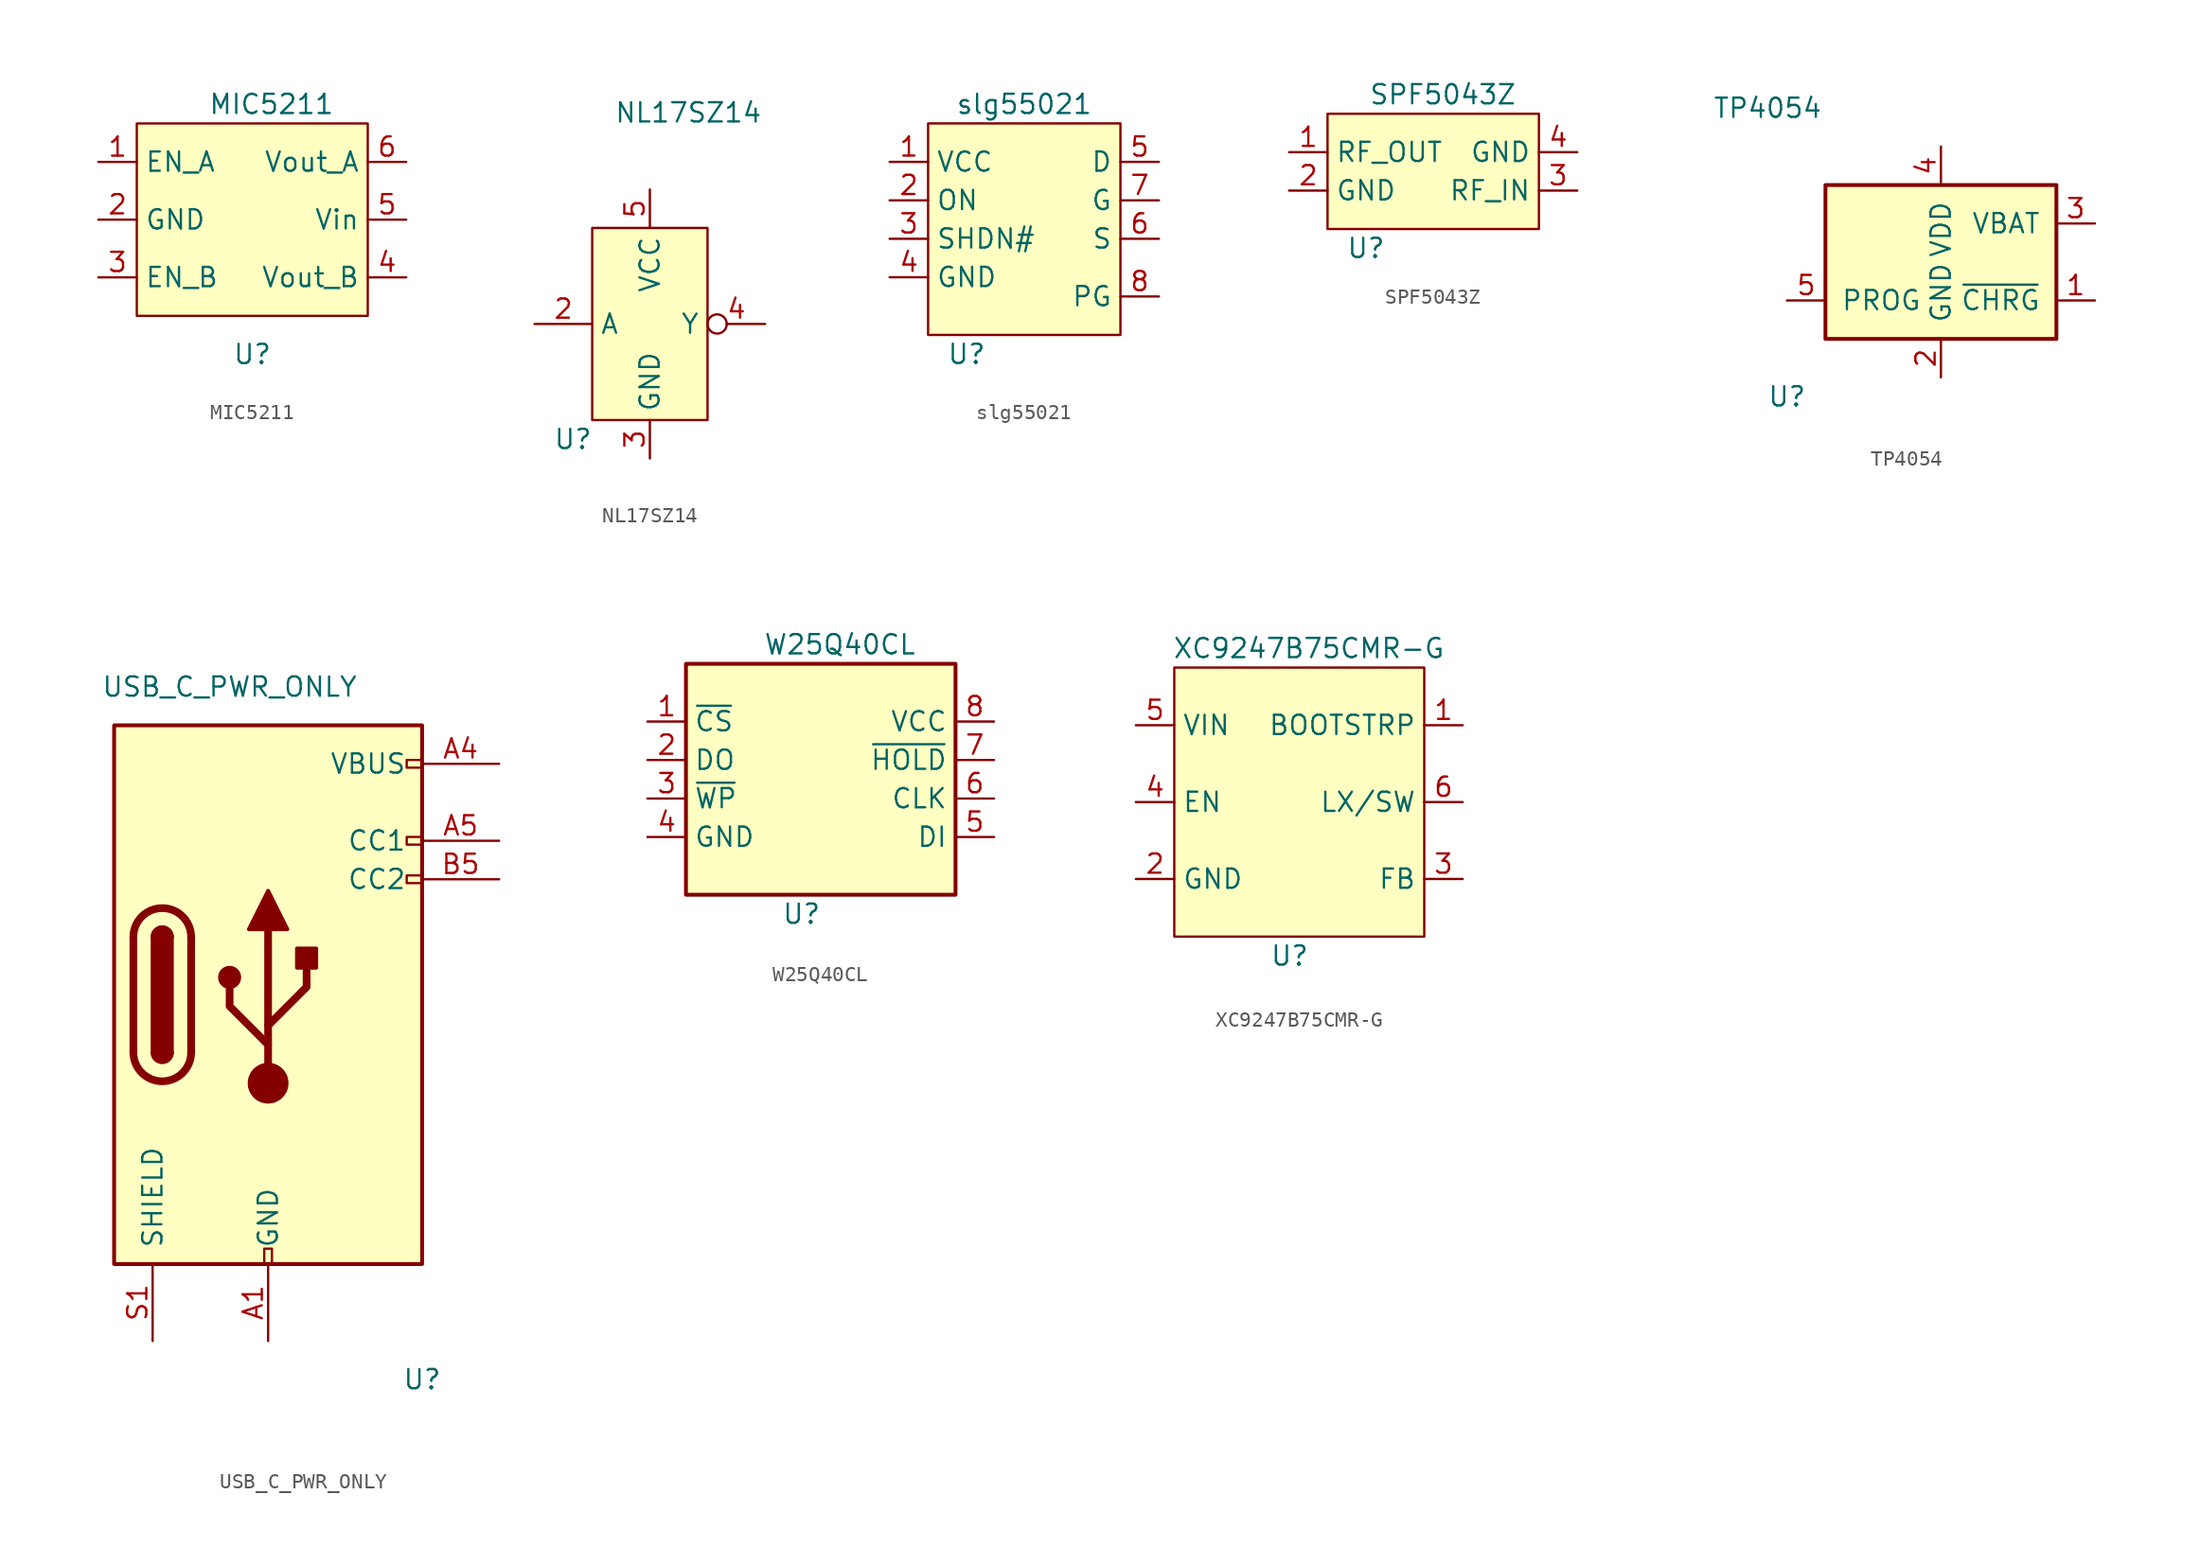
<source format=kicad_sym>
(kicad_symbol_lib
  (version 20211014)
  (generator kicad_symbol_editor)
  (symbol "MIC5211"
    (property "Reference" "U"
      (at -1.27 -8.89 0)
      (effects (font (size 1.27 1.27))))
    (property "Value" "MIC5211"
      (at 0 7.62 0)
      (effects (font (size 1.27 1.27))))
    (symbol "MIC5211_0_1"
      (rectangle (start -8.89 6.35) (end 6.35 -6.35) (stroke (width 0.152) (type default) (color 0 0 0 0)) (fill (type background))))
    (symbol "MIC5211_1_1"
      (pin input line (at -11.43 3.81 0) (length 2.54) (name "EN_A" (effects (font (size 1.27 1.27)))) (number "1" (effects (font (size 1.27 1.27)))))
      (pin input line (at -11.43 0 0) (length 2.54) (name "GND" (effects (font (size 1.27 1.27)))) (number "2" (effects (font (size 1.27 1.27)))))
      (pin input line (at -11.43 -3.81 0) (length 2.54) (name "EN_B" (effects (font (size 1.27 1.27)))) (number "3" (effects (font (size 1.27 1.27)))))
      (pin input line (at 8.89 -3.81 180) (length 2.54) (name "Vout_B" (effects (font (size 1.27 1.27)))) (number "4" (effects (font (size 1.27 1.27)))))
      (pin input line (at 8.89 0 180) (length 2.54) (name "Vin" (effects (font (size 1.27 1.27)))) (number "5" (effects (font (size 1.27 1.27)))))
      (pin input line (at 8.89 3.81 180) (length 2.54) (name "Vout_A" (effects (font (size 1.27 1.27)))) (number "6" (effects (font (size 1.27 1.27)))))))
  (symbol "NL17SZ14"
    (property "Reference" "U"
      (at -3.81 -7.62 0)
      (effects (font (size 1.27 1.27))))
    (property "Value" "NL17SZ14"
      (at 3.81 13.97 0)
      (effects (font (size 1.27 1.27))))
    (symbol "NL17SZ14_0_1"
      (rectangle (start -2.54 6.35) (end 5.08 -6.35) (stroke (width 0.152) (type default) (color 0 0 0 0)) (fill (type background))))
    (symbol "NL17SZ14_1_0"
      (pin input line (at -6.35 0 0) (length 3.81) (name "A" (effects (font (size 1.27 1.27)))) (number "2" (effects (font (size 1.27 1.27)))))
      (pin output inverted (at 8.89 0 180) (length 3.81) (name "Y" (effects (font (size 1.27 1.27)))) (number "4" (effects (font (size 1.27 1.27))))))
    (symbol "NL17SZ14_1_1"
      (pin input line (at 1.27 -8.89 90) (length 2.54) (name "GND" (effects (font (size 1.27 1.27)))) (number "3" (effects (font (size 1.27 1.27)))))
      (pin input line (at 1.27 8.89 270) (length 2.54) (name "VCC" (effects (font (size 1.27 1.27)))) (number "5" (effects (font (size 1.27 1.27)))))))
  (symbol "slg55021"
    (property "Reference" "U"
      (at -3.81 -10.16 0)
      (effects (font (size 1.27 1.27))))
    (property "Value" "slg55021"
      (at 0 6.35 0)
      (effects (font (size 1.27 1.27))))
    (symbol "slg55021_0_1"
      (rectangle (start -6.35 5.08) (end 6.35 -8.89) (stroke (width 0.152) (type default) (color 0 0 0 0)) (fill (type background))))
    (symbol "slg55021_1_1"
      (pin input line (at -8.89 2.54 0) (length 2.54) (name "VCC" (effects (font (size 1.27 1.27)))) (number "1" (effects (font (size 1.27 1.27)))))
      (pin input line (at -8.89 0 0) (length 2.54) (name "ON" (effects (font (size 1.27 1.27)))) (number "2" (effects (font (size 1.27 1.27)))))
      (pin input line (at -8.89 -2.54 0) (length 2.54) (name "SHDN#" (effects (font (size 1.27 1.27)))) (number "3" (effects (font (size 1.27 1.27)))))
      (pin input line (at -8.89 -5.08 0) (length 2.54) (name "GND" (effects (font (size 1.27 1.27)))) (number "4" (effects (font (size 1.27 1.27)))))
      (pin input line (at 8.89 2.54 180) (length 2.54) (name "D" (effects (font (size 1.27 1.27)))) (number "5" (effects (font (size 1.27 1.27)))))
      (pin input line (at 8.89 -2.54 180) (length 2.54) (name "S" (effects (font (size 1.27 1.27)))) (number "6" (effects (font (size 1.27 1.27)))))
      (pin input line (at 8.89 0 180) (length 2.54) (name "G" (effects (font (size 1.27 1.27)))) (number "7" (effects (font (size 1.27 1.27)))))
      (pin input line (at 8.89 -6.35 180) (length 2.54) (name "PG" (effects (font (size 1.27 1.27)))) (number "8" (effects (font (size 1.27 1.27)))))))
  (symbol "SPF5043Z"
    (property "Reference" "U"
      (at -5.08 -5.08 0)
      (effects (font (size 1.27 1.27))))
    (property "Value" "SPF5043Z"
      (at 0 5.08 0)
      (effects (font (size 1.27 1.27))))
    (symbol "SPF5043Z_0_1"
      (rectangle (start -7.62 3.81) (end 6.35 -3.81) (stroke (width 0) (type default) (color 0 0 0 0)) (fill (type background))))
    (symbol "SPF5043Z_1_1"
      (pin input line (at -10.16 1.27 0) (length 2.54) (name "RF_OUT" (effects (font (size 1.27 1.27)))) (number "1" (effects (font (size 1.27 1.27)))))
      (pin input line (at -10.16 -1.27 0) (length 2.54) (name "GND" (effects (font (size 1.27 1.27)))) (number "2" (effects (font (size 1.27 1.27)))))
      (pin input line (at 8.89 -1.27 180) (length 2.54) (name "RF_IN" (effects (font (size 1.27 1.27)))) (number "3" (effects (font (size 1.27 1.27)))))
      (pin input line (at 8.89 1.27 180) (length 2.54) (name "GND" (effects (font (size 1.27 1.27)))) (number "4" (effects (font (size 1.27 1.27)))))))
  (symbol "TP4054"
    (pin_names
      (offset 1.016))
    (property "Reference" "U"
      (at -10.16 -7.62 0)
      (effects (font (size 1.27 1.27))))
    (property "Value" "TP4054"
      (at -11.43 11.43 0)
      (effects (font (size 1.27 1.27))))
    (symbol "TP4054_1_1"
      (rectangle (start -7.62 6.35) (end 7.62 -3.81) (stroke (width 0.254) (type default) (color 0 0 0 0)) (fill (type background)))
      (pin output line (at 10.16 -1.27 180) (length 2.54) (name "~{CHRG}" (effects (font (size 1.27 1.27)))) (number "1" (effects (font (size 1.27 1.27)))))
      (pin power_in line (at 0 -6.35 90) (length 2.54) (name "GND" (effects (font (size 1.27 1.27)))) (number "2" (effects (font (size 1.27 1.27)))))
      (pin power_out line (at 10.16 3.81 180) (length 2.54) (name "VBAT" (effects (font (size 1.27 1.27)))) (number "3" (effects (font (size 1.27 1.27)))))
      (pin power_in line (at 0 8.89 270) (length 2.54) (name "VDD" (effects (font (size 1.27 1.27)))) (number "4" (effects (font (size 1.27 1.27)))))
      (pin input line (at -10.16 -1.27 0) (length 2.54) (name "PROG" (effects (font (size 1.27 1.27)))) (number "5" (effects (font (size 1.27 1.27)))))))
  (symbol "USB_C_PWR_ONLY"
    (pin_names
      (offset 1.016))
    (property "Reference" "U"
      (at 8.89 -26.67 0)
      (effects (font (size 1.27 1.27))))
    (property "Value" "USB_C_PWR_ONLY"
      (at -3.81 19.05 0)
      (effects (font (size 1.27 1.27))))
    (symbol "USB_C_PWR_ONLY_1_1"
      (rectangle (start -11.43 16.51) (end 8.89 -19.05) (stroke (width 0.254) (type default) (color 0 0 0 0)) (fill (type background)))
      (arc (start -10.16 -5.08) (mid -8.255 -6.985) (end -6.35 -5.08) (stroke (width 0.508) (type default) (color 0 0 0 0)) (fill (type none)))
      (arc (start -8.89 -5.08) (mid -8.255 -5.715) (end -7.62 -5.08) (stroke (width 0.254) (type default) (color 0 0 0 0)) (fill (type none)))
      (arc (start -8.89 -5.08) (mid -8.255 -5.715) (end -7.62 -5.08) (stroke (width 0.254) (type default) (color 0 0 0 0)) (fill (type outline)))
      (rectangle (start -8.89 -5.08) (end -7.62 2.54) (stroke (width 0.254) (type default) (color 0 0 0 0)) (fill (type outline)))
      (arc (start -7.62 2.54) (mid -8.255 3.175) (end -8.89 2.54) (stroke (width 0.254) (type default) (color 0 0 0 0)) (fill (type none)))
      (arc (start -7.62 2.54) (mid -8.255 3.175) (end -8.89 2.54) (stroke (width 0.254) (type default) (color 0 0 0 0)) (fill (type outline)))
      (arc (start -6.35 2.54) (mid -8.255 4.445) (end -10.16 2.54) (stroke (width 0.508) (type default) (color 0 0 0 0)) (fill (type none)))
      (circle (center -3.81 -0.127) (radius 0.635) (stroke (width 0.254) (type default) (color 0 0 0 0)) (fill (type outline)))
      (rectangle (start -1.524 -19.05) (end -1.016 -18.034) (stroke (width 0) (type default) (color 0 0 0 0)) (fill (type none)))
      (circle (center -1.27 -7.112) (radius 1.27) (stroke (width 0) (type default) (color 0 0 0 0)) (fill (type outline)))
      (polyline (pts (xy -10.16 -5.08) (xy -10.16 2.54)) (stroke (width 0.508) (type default) (color 0 0 0 0)) (fill (type none)))
      (polyline (pts (xy -6.35 2.54) (xy -6.35 -5.08)) (stroke (width 0.508) (type default) (color 0 0 0 0)) (fill (type none)))
      (polyline (pts (xy -1.27 -7.112) (xy -1.27 3.048)) (stroke (width 0.508) (type default) (color 0 0 0 0)) (fill (type none)))
      (polyline (pts (xy -1.27 -4.572) (xy -3.81 -2.032) (xy -3.81 -0.762)) (stroke (width 0.508) (type default) (color 0 0 0 0)) (fill (type none)))
      (polyline (pts (xy -1.27 -3.302) (xy 1.27 -0.762) (xy 1.27 0.508)) (stroke (width 0.508) (type default) (color 0 0 0 0)) (fill (type none)))
      (polyline (pts (xy -2.54 3.048) (xy -1.27 5.588) (xy 0 3.048) (xy -2.54 3.048)) (stroke (width 0.254) (type default) (color 0 0 0 0)) (fill (type outline)))
      (rectangle (start 0.635 0.508) (end 1.905 1.778) (stroke (width 0.254) (type default) (color 0 0 0 0)) (fill (type outline)))
      (rectangle (start 8.89 6.604) (end 7.874 6.096) (stroke (width 0) (type default) (color 0 0 0 0)) (fill (type none)))
      (rectangle (start 8.89 9.144) (end 7.874 8.636) (stroke (width 0) (type default) (color 0 0 0 0)) (fill (type none)))
      (rectangle (start 8.89 14.224) (end 7.874 13.716) (stroke (width 0) (type default) (color 0 0 0 0)) (fill (type none)))
      (pin passive line (at -1.27 -24.13 90) (length 5.08) (name "GND" (effects (font (size 1.27 1.27)))) (number "A1" (effects (font (size 1.27 1.27)))))
      (pin passive line (at -1.27 -24.13 90) (length 5.08) hide (name "GND" (effects (font (size 1.27 1.27)))) (number "A12" (effects (font (size 1.27 1.27)))))
      (pin passive line (at 13.97 13.97 180) (length 5.08) (name "VBUS" (effects (font (size 1.27 1.27)))) (number "A4" (effects (font (size 1.27 1.27)))))
      (pin bidirectional line (at 13.97 8.89 180) (length 5.08) (name "CC1" (effects (font (size 1.27 1.27)))) (number "A5" (effects (font (size 1.27 1.27)))))
      (pin passive line (at 13.97 13.97 180) (length 5.08) hide (name "VBUS" (effects (font (size 1.27 1.27)))) (number "A9" (effects (font (size 1.27 1.27)))))
      (pin passive line (at -1.27 -24.13 90) (length 5.08) hide (name "GND" (effects (font (size 1.27 1.27)))) (number "B1" (effects (font (size 1.27 1.27)))))
      (pin passive line (at -1.27 -24.13 90) (length 5.08) hide (name "GND" (effects (font (size 1.27 1.27)))) (number "B12" (effects (font (size 1.27 1.27)))))
      (pin passive line (at 13.97 13.97 180) (length 5.08) hide (name "VBUS" (effects (font (size 1.27 1.27)))) (number "B4" (effects (font (size 1.27 1.27)))))
      (pin bidirectional line (at 13.97 6.35 180) (length 5.08) (name "CC2" (effects (font (size 1.27 1.27)))) (number "B5" (effects (font (size 1.27 1.27)))))
      (pin passive line (at 13.97 13.97 180) (length 5.08) hide (name "VBUS" (effects (font (size 1.27 1.27)))) (number "B9" (effects (font (size 1.27 1.27)))))
      (pin passive line (at -8.89 -24.13 90) (length 5.08) (name "SHIELD" (effects (font (size 1.27 1.27)))) (number "S1" (effects (font (size 1.27 1.27)))))))
  (symbol "W25Q40CL"
    (property "Reference" "U"
      (at -2.54 -8.89 0)
      (effects (font (size 1.27 1.27))))
    (property "Value" "W25Q40CL"
      (at 0 8.89 0)
      (effects (font (size 1.27 1.27))))
    (symbol "W25Q40CL_0_1"
      (rectangle (start -10.16 7.62) (end 7.62 -7.62) (stroke (width 0.254) (type default) (color 0 0 0 0)) (fill (type background))))
    (symbol "W25Q40CL_1_1"
      (pin input line (at -12.7 3.81 0) (length 2.54) (name "~{CS}" (effects (font (size 1.27 1.27)))) (number "1" (effects (font (size 1.27 1.27)))))
      (pin bidirectional line (at -12.7 1.27 0) (length 2.54) (name "DO" (effects (font (size 1.27 1.27)))) (number "2" (effects (font (size 1.27 1.27)))))
      (pin bidirectional line (at -12.7 -1.27 0) (length 2.54) (name "~{WP}" (effects (font (size 1.27 1.27)))) (number "3" (effects (font (size 1.27 1.27)))))
      (pin power_in line (at -12.7 -3.81 0) (length 2.54) (name "GND" (effects (font (size 1.27 1.27)))) (number "4" (effects (font (size 1.27 1.27)))))
      (pin bidirectional line (at 10.16 -3.81 180) (length 2.54) (name "DI" (effects (font (size 1.27 1.27)))) (number "5" (effects (font (size 1.27 1.27)))))
      (pin input line (at 10.16 -1.27 180) (length 2.54) (name "CLK" (effects (font (size 1.27 1.27)))) (number "6" (effects (font (size 1.27 1.27)))))
      (pin bidirectional line (at 10.16 1.27 180) (length 2.54) (name "~{HOLD}" (effects (font (size 1.27 1.27)))) (number "7" (effects (font (size 1.27 1.27)))))
      (pin power_in line (at 10.16 3.81 180) (length 2.54) (name "VCC" (effects (font (size 1.27 1.27)))) (number "8" (effects (font (size 1.27 1.27)))))))
  (symbol "XC9247B75CMR-G"
    (property "Reference" "U"
      (at -1.27 -10.16 0)
      (effects (font (size 1.27 1.27))))
    (property "Value" "XC9247B75CMR-G"
      (at 0 10.16 0)
      (effects (font (size 1.27 1.27))))
    (symbol "XC9247B75CMR-G_0_1"
      (rectangle (start -8.89 8.89) (end 7.62 -8.89) (stroke (width 0.152) (type default) (color 0 0 0 0)) (fill (type background))))
    (symbol "XC9247B75CMR-G_1_1"
      (pin input line (at 10.16 5.08 180) (length 2.54) (name "BOOTSTRP" (effects (font (size 1.27 1.27)))) (number "1" (effects (font (size 1.27 1.27)))))
      (pin input line (at -11.43 -5.08 0) (length 2.54) (name "GND" (effects (font (size 1.27 1.27)))) (number "2" (effects (font (size 1.27 1.27)))))
      (pin input line (at 10.16 -5.08 180) (length 2.54) (name "FB" (effects (font (size 1.27 1.27)))) (number "3" (effects (font (size 1.27 1.27)))))
      (pin input line (at -11.43 0 0) (length 2.54) (name "EN" (effects (font (size 1.27 1.27)))) (number "4" (effects (font (size 1.27 1.27)))))
      (pin input line (at -11.43 5.08 0) (length 2.54) (name "VIN" (effects (font (size 1.27 1.27)))) (number "5" (effects (font (size 1.27 1.27)))))
      (pin input line (at 10.16 0 180) (length 2.54) (name "LX/SW" (effects (font (size 1.27 1.27)))) (number "6" (effects (font (size 1.27 1.27))))))))
</source>
